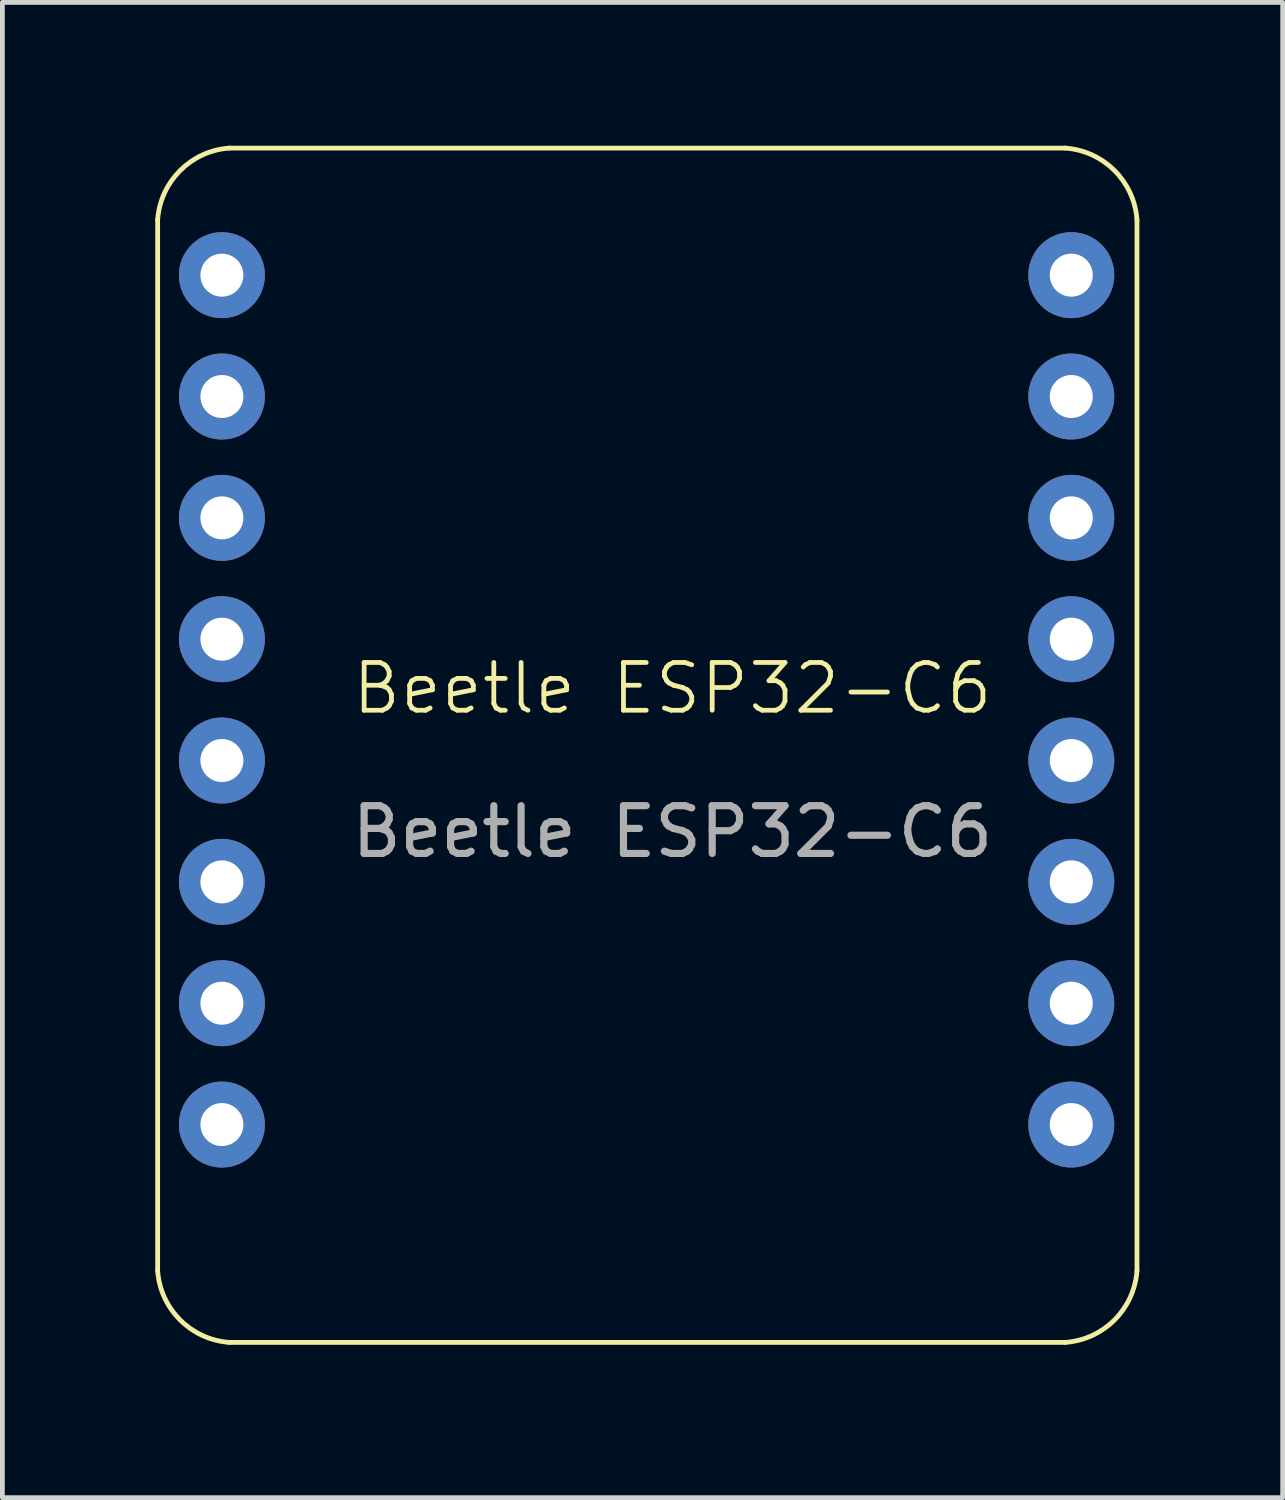
<source format=kicad_pcb>
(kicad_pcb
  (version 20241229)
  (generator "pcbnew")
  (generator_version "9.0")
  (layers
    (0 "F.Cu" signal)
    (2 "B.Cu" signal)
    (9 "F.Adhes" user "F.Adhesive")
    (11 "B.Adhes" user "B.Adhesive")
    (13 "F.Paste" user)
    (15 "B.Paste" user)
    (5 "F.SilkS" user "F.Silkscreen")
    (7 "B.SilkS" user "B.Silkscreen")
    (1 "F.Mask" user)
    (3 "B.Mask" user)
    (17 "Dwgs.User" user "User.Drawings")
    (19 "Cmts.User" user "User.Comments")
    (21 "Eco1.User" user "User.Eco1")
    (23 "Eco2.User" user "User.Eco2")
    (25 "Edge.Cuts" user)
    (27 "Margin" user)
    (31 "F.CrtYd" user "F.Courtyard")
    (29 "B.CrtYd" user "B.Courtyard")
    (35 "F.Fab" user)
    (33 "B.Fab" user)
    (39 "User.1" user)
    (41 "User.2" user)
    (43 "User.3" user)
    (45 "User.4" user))
  (footprint "Beetle ESP32-C6"
    (layer "F.Cu")
    (at 0.25 25.05)
    (property "Reference" "Beetle ESP32-C6" (at 10.775 -13.69 0) (unlocked yes) (layer "F.SilkS") (effects (font (size 1 1) (thickness 0.1))))
    (attr smd)
    (fp_line (start 0 -1.5) (end 0 -23.5) (stroke (width 0.1) (type default)) (layer "F.SilkS"))
    (fp_line (start 1.5 0) (end 19 0) (stroke (width 0.1) (type default)) (layer "F.SilkS"))
    (fp_line (start 19 -25) (end 1.5 -25) (stroke (width 0.1) (type default)) (layer "F.SilkS"))
    (fp_line (start 20.5 -23.5) (end 20.5 -1.5) (stroke (width 0.1) (type default)) (layer "F.SilkS"))
    (fp_arc (start 0 -23.5) (mid 0.47013 -24.52987) (end 1.5 -25) (stroke (width 0.1) (type default)) (layer "F.SilkS"))
    (fp_arc (start 1.5 0) (mid 0.470208 -0.470052) (end 0 -1.5) (stroke (width 0.1) (type default)) (layer "F.SilkS"))
    (fp_arc (start 19 -25) (mid 20.02987 -24.52987) (end 20.5 -23.5) (stroke (width 0.1) (type default)) (layer "F.SilkS"))
    (fp_arc (start 20.5 -1.5) (mid 20.02987 -0.47013) (end 19 0) (stroke (width 0.1) (type default)) (layer "F.SilkS"))
    (fp_text user "${REFERENCE}" (at 10.775 -10.69 0) (unlocked yes) (layer "F.Fab") (effects (font (size 1 1) (thickness 0.15))))
    (pad "1" thru_hole circle (at 1.345 -22.34) (size 1.8 1.8) (drill 0.9) (layers "*.Cu" "*.Mask"))
    (pad "2" thru_hole circle (at 1.345 -19.8) (size 1.8 1.8) (drill 0.9) (layers "*.Cu" "*.Mask"))
    (pad "3" thru_hole circle (at 1.345 -17.26) (size 1.8 1.8) (drill 0.9) (layers "*.Cu" "*.Mask"))
    (pad "4" thru_hole circle (at 1.345 -14.72) (size 1.8 1.8) (drill 0.9) (layers "*.Cu" "*.Mask"))
    (pad "5" thru_hole circle (at 1.345 -12.18) (size 1.8 1.8) (drill 0.9) (layers "*.Cu" "*.Mask"))
    (pad "6" thru_hole circle (at 1.345 -9.64) (size 1.8 1.8) (drill 0.9) (layers "*.Cu" "*.Mask"))
    (pad "7" thru_hole circle (at 1.345 -7.1) (size 1.8 1.8) (drill 0.9) (layers "*.Cu" "*.Mask"))
    (pad "8" thru_hole circle (at 1.345 -4.56) (size 1.8 1.8) (drill 0.9) (layers "*.Cu" "*.Mask"))
    (pad "9" thru_hole circle (at 19.125 -4.56) (size 1.8 1.8) (drill 0.9) (layers "*.Cu" "*.Mask"))
    (pad "10" thru_hole circle (at 19.125 -7.1) (size 1.8 1.8) (drill 0.9) (layers "*.Cu" "*.Mask"))
    (pad "11" thru_hole circle (at 19.125 -9.64) (size 1.8 1.8) (drill 0.9) (layers "*.Cu" "*.Mask"))
    (pad "12" thru_hole circle (at 19.125 -12.18) (size 1.8 1.8) (drill 0.9) (layers "*.Cu" "*.Mask"))
    (pad "13" thru_hole circle (at 19.125 -14.72) (size 1.8 1.8) (drill 0.9) (layers "*.Cu" "*.Mask"))
    (pad "14" thru_hole circle (at 19.125 -17.26) (size 1.8 1.8) (drill 0.9) (layers "*.Cu" "*.Mask"))
    (pad "15" thru_hole circle (at 19.125 -19.8) (size 1.8 1.8) (drill 0.9) (layers "*.Cu" "*.Mask"))
    (pad "16" thru_hole circle (at 19.125 -22.34) (size 1.8 1.8) (drill 0.9) (layers "*.Cu" "*.Mask")))
  (gr_rect
    (start -3 -3)
    (end 23.8 28.3)
    (stroke (width 0.1) (type default))
    (fill no)
    (layer "Edge.Cuts")))
</source>
